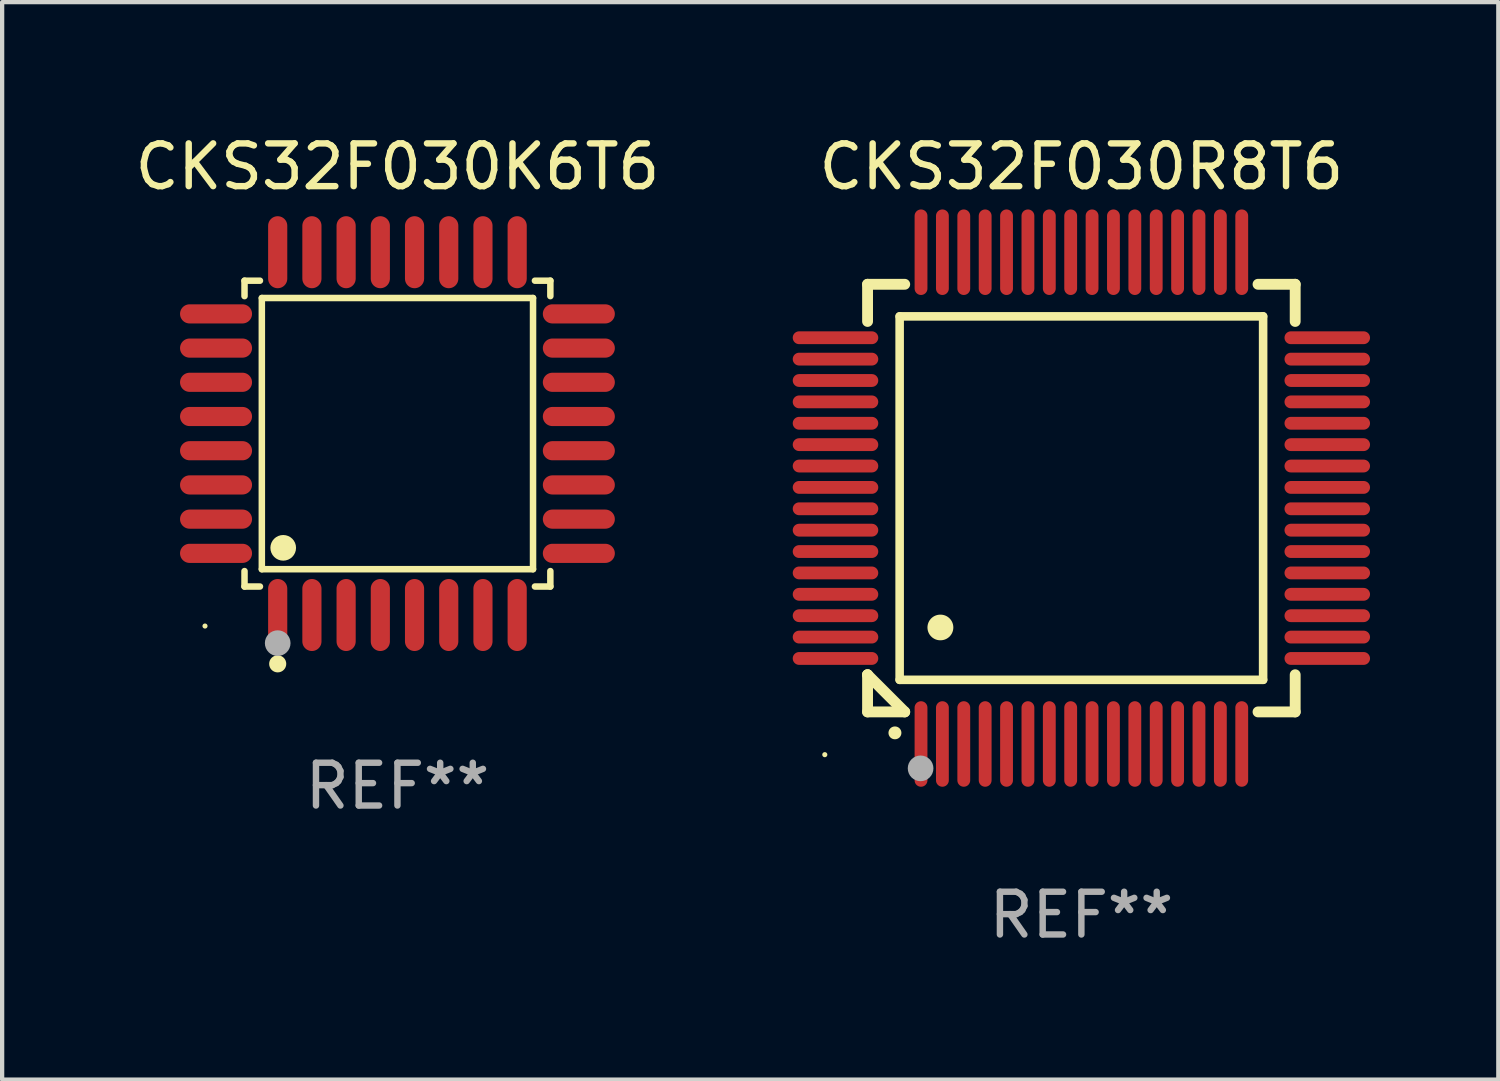
<source format=kicad_pcb>
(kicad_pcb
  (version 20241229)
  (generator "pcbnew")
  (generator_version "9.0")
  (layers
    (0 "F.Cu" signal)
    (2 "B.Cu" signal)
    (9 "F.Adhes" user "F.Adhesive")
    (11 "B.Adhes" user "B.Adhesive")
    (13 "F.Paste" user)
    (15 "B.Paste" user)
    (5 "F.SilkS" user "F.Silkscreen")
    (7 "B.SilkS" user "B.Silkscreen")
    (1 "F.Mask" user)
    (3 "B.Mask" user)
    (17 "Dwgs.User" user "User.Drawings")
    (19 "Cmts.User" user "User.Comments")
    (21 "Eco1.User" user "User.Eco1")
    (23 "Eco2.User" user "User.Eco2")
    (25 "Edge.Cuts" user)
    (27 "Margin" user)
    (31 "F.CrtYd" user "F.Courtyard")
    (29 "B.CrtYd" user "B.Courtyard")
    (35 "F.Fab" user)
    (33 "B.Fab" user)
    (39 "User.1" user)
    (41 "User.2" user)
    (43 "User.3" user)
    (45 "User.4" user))
  (footprint "CKS32F030R8T6"
    (layer "F.Cu")
    (at 22.238 8.598)
    (property "Reference" "CKS32F030R8T6" (at 0 -7.75 0) (layer "F.SilkS") (effects (font (size 1 1) (thickness 0.15))))
    (attr through_hole)
    (fp_line (start -5 -5) (end -4.131 -5) (stroke (width 0.254) (type solid)) (layer "F.SilkS"))
    (fp_line (start -5 -4.131) (end -5 -5) (stroke (width 0.254) (type solid)) (layer "F.SilkS"))
    (fp_line (start -5 4.131) (end -5 4.131) (stroke (width 0.254) (type solid)) (layer "F.SilkS"))
    (fp_line (start -5 5) (end -5 4.131) (stroke (width 0.254) (type solid)) (layer "F.SilkS"))
    (fp_line (start -5 4.131) (end -4.131 5) (stroke (width 0.254) (type solid)) (layer "F.SilkS"))
    (fp_line (start -4.25 -4.25) (end -4.25 4.25) (stroke (width 0.2) (type solid)) (layer "F.SilkS"))
    (fp_line (start -4.25 4.25) (end 4.25 4.25) (stroke (width 0.2) (type solid)) (layer "F.SilkS"))
    (fp_line (start -4.131 5) (end -5 5) (stroke (width 0.254) (type solid)) (layer "F.SilkS"))
    (fp_line (start 4.25 -4.25) (end -4.25 -4.25) (stroke (width 0.2) (type solid)) (layer "F.SilkS"))
    (fp_line (start 4.25 4.25) (end 4.25 -4.25) (stroke (width 0.2) (type solid)) (layer "F.SilkS"))
    (fp_line (start 5 -5) (end 4.131 -5) (stroke (width 0.254) (type solid)) (layer "F.SilkS"))
    (fp_line (start 5 -5) (end 5 -4.131) (stroke (width 0.254) (type solid)) (layer "F.SilkS"))
    (fp_line (start 5 4.131) (end 5 5) (stroke (width 0.254) (type solid)) (layer "F.SilkS"))
    (fp_line (start 5 5) (end 4.131 5) (stroke (width 0.254) (type solid)) (layer "F.SilkS"))
    (fp_arc (start -4.361265 5.489992) (mid -4.359995 5.489987) (end -4.358725 5.489992) (stroke (width 0.3) (type solid)) (layer "F.SilkS"))
    (fp_arc (start -3.299467 3.025146) (mid -3.296927 3.025135) (end -3.294387 3.025146) (stroke (width 0.6) (type solid)) (layer "F.SilkS"))
    (fp_circle (center -6 6) (end -5.97 6) (stroke (width 0.06) (type solid)) (fill no) (layer "F.SilkS"))
    (fp_circle (center -3.76 6.32) (end -3.61 6.32) (stroke (width 0.3) (type solid)) (fill no) (layer "F.Fab"))
    (fp_text user "REF**" (at 0 9.75 0) (layer "F.Fab") (effects (font (size 1 1) (thickness 0.15))))
    (pad "1" smd oval (at -3.75 5.75) (size 0.3 2) (layers "F.Cu" "F.Mask" "F.Paste"))
    (pad "2" smd oval (at -3.25 5.75) (size 0.3 2) (layers "F.Cu" "F.Mask" "F.Paste"))
    (pad "3" smd oval (at -2.75 5.75) (size 0.3 2) (layers "F.Cu" "F.Mask" "F.Paste"))
    (pad "4" smd oval (at -2.25 5.75) (size 0.3 2) (layers "F.Cu" "F.Mask" "F.Paste"))
    (pad "5" smd oval (at -1.75 5.75) (size 0.3 2) (layers "F.Cu" "F.Mask" "F.Paste"))
    (pad "6" smd oval (at -1.25 5.75) (size 0.3 2) (layers "F.Cu" "F.Mask" "F.Paste"))
    (pad "7" smd oval (at -0.75 5.75) (size 0.3 2) (layers "F.Cu" "F.Mask" "F.Paste"))
    (pad "8" smd oval (at -0.25 5.75) (size 0.3 2) (layers "F.Cu" "F.Mask" "F.Paste"))
    (pad "9" smd oval (at 0.25 5.75) (size 0.3 2) (layers "F.Cu" "F.Mask" "F.Paste"))
    (pad "10" smd oval (at 0.75 5.75) (size 0.3 2) (layers "F.Cu" "F.Mask" "F.Paste"))
    (pad "11" smd oval (at 1.25 5.75) (size 0.3 2) (layers "F.Cu" "F.Mask" "F.Paste"))
    (pad "12" smd oval (at 1.75 5.75) (size 0.3 2) (layers "F.Cu" "F.Mask" "F.Paste"))
    (pad "13" smd oval (at 2.25 5.75) (size 0.3 2) (layers "F.Cu" "F.Mask" "F.Paste"))
    (pad "14" smd oval (at 2.75 5.75) (size 0.3 2) (layers "F.Cu" "F.Mask" "F.Paste"))
    (pad "15" smd oval (at 3.25 5.75) (size 0.3 2) (layers "F.Cu" "F.Mask" "F.Paste"))
    (pad "16" smd oval (at 3.75 5.75) (size 0.3 2) (layers "F.Cu" "F.Mask" "F.Paste"))
    (pad "17" smd oval (at 5.75 3.75) (size 2 0.3) (layers "F.Cu" "F.Mask" "F.Paste"))
    (pad "18" smd oval (at 5.75 3.25) (size 2 0.3) (layers "F.Cu" "F.Mask" "F.Paste"))
    (pad "19" smd oval (at 5.75 2.75) (size 2 0.3) (layers "F.Cu" "F.Mask" "F.Paste"))
    (pad "20" smd oval (at 5.75 2.25) (size 2 0.3) (layers "F.Cu" "F.Mask" "F.Paste"))
    (pad "21" smd oval (at 5.75 1.75) (size 2 0.3) (layers "F.Cu" "F.Mask" "F.Paste"))
    (pad "22" smd oval (at 5.75 1.25) (size 2 0.3) (layers "F.Cu" "F.Mask" "F.Paste"))
    (pad "23" smd oval (at 5.75 0.75) (size 2 0.3) (layers "F.Cu" "F.Mask" "F.Paste"))
    (pad "24" smd oval (at 5.75 0.25) (size 2 0.3) (layers "F.Cu" "F.Mask" "F.Paste"))
    (pad "25" smd oval (at 5.75 -0.25) (size 2 0.3) (layers "F.Cu" "F.Mask" "F.Paste"))
    (pad "26" smd oval (at 5.75 -0.75) (size 2 0.3) (layers "F.Cu" "F.Mask" "F.Paste"))
    (pad "27" smd oval (at 5.75 -1.25) (size 2 0.3) (layers "F.Cu" "F.Mask" "F.Paste"))
    (pad "28" smd oval (at 5.75 -1.75) (size 2 0.3) (layers "F.Cu" "F.Mask" "F.Paste"))
    (pad "29" smd oval (at 5.75 -2.25) (size 2 0.3) (layers "F.Cu" "F.Mask" "F.Paste"))
    (pad "30" smd oval (at 5.75 -2.75) (size 2 0.3) (layers "F.Cu" "F.Mask" "F.Paste"))
    (pad "31" smd oval (at 5.75 -3.25) (size 2 0.3) (layers "F.Cu" "F.Mask" "F.Paste"))
    (pad "32" smd oval (at 5.75 -3.75) (size 2 0.3) (layers "F.Cu" "F.Mask" "F.Paste"))
    (pad "33" smd oval (at 3.75 -5.75) (size 0.3 2) (layers "F.Cu" "F.Mask" "F.Paste"))
    (pad "34" smd oval (at 3.25 -5.75) (size 0.3 2) (layers "F.Cu" "F.Mask" "F.Paste"))
    (pad "35" smd oval (at 2.75 -5.75) (size 0.3 2) (layers "F.Cu" "F.Mask" "F.Paste"))
    (pad "36" smd oval (at 2.25 -5.75) (size 0.3 2) (layers "F.Cu" "F.Mask" "F.Paste"))
    (pad "37" smd oval (at 1.75 -5.75) (size 0.3 2) (layers "F.Cu" "F.Mask" "F.Paste"))
    (pad "38" smd oval (at 1.25 -5.75) (size 0.3 2) (layers "F.Cu" "F.Mask" "F.Paste"))
    (pad "39" smd oval (at 0.75 -5.75) (size 0.3 2) (layers "F.Cu" "F.Mask" "F.Paste"))
    (pad "40" smd oval (at 0.25 -5.75) (size 0.3 2) (layers "F.Cu" "F.Mask" "F.Paste"))
    (pad "41" smd oval (at -0.25 -5.75) (size 0.3 2) (layers "F.Cu" "F.Mask" "F.Paste"))
    (pad "42" smd oval (at -0.75 -5.75) (size 0.3 2) (layers "F.Cu" "F.Mask" "F.Paste"))
    (pad "43" smd oval (at -1.25 -5.75) (size 0.3 2) (layers "F.Cu" "F.Mask" "F.Paste"))
    (pad "44" smd oval (at -1.75 -5.75) (size 0.3 2) (layers "F.Cu" "F.Mask" "F.Paste"))
    (pad "45" smd oval (at -2.25 -5.75) (size 0.3 2) (layers "F.Cu" "F.Mask" "F.Paste"))
    (pad "46" smd oval (at -2.75 -5.75) (size 0.3 2) (layers "F.Cu" "F.Mask" "F.Paste"))
    (pad "47" smd oval (at -3.25 -5.75) (size 0.3 2) (layers "F.Cu" "F.Mask" "F.Paste"))
    (pad "48" smd oval (at -3.75 -5.75) (size 0.3 2) (layers "F.Cu" "F.Mask" "F.Paste"))
    (pad "49" smd oval (at -5.75 -3.75) (size 2 0.3) (layers "F.Cu" "F.Mask" "F.Paste"))
    (pad "50" smd oval (at -5.75 -3.25) (size 2 0.3) (layers "F.Cu" "F.Mask" "F.Paste"))
    (pad "51" smd oval (at -5.75 -2.75) (size 2 0.3) (layers "F.Cu" "F.Mask" "F.Paste"))
    (pad "52" smd oval (at -5.75 -2.25) (size 2 0.3) (layers "F.Cu" "F.Mask" "F.Paste"))
    (pad "53" smd oval (at -5.75 -1.75) (size 2 0.3) (layers "F.Cu" "F.Mask" "F.Paste"))
    (pad "54" smd oval (at -5.75 -1.25) (size 2 0.3) (layers "F.Cu" "F.Mask" "F.Paste"))
    (pad "55" smd oval (at -5.75 -0.75) (size 2 0.3) (layers "F.Cu" "F.Mask" "F.Paste"))
    (pad "56" smd oval (at -5.75 -0.25) (size 2 0.3) (layers "F.Cu" "F.Mask" "F.Paste"))
    (pad "57" smd oval (at -5.75 0.25) (size 2 0.3) (layers "F.Cu" "F.Mask" "F.Paste"))
    (pad "58" smd oval (at -5.75 0.75) (size 2 0.3) (layers "F.Cu" "F.Mask" "F.Paste"))
    (pad "59" smd oval (at -5.75 1.25) (size 2 0.3) (layers "F.Cu" "F.Mask" "F.Paste"))
    (pad "60" smd oval (at -5.75 1.75) (size 2 0.3) (layers "F.Cu" "F.Mask" "F.Paste"))
    (pad "61" smd oval (at -5.75 2.25) (size 2 0.3) (layers "F.Cu" "F.Mask" "F.Paste"))
    (pad "62" smd oval (at -5.75 2.75) (size 2 0.3) (layers "F.Cu" "F.Mask" "F.Paste"))
    (pad "63" smd oval (at -5.75 3.25) (size 2 0.3) (layers "F.Cu" "F.Mask" "F.Paste"))
    (pad "64" smd oval (at -5.75 3.75) (size 2 0.3) (layers "F.Cu" "F.Mask" "F.Paste")))
  (footprint "CKS32F030K6T6"
    (layer "F.Cu")
    (at 6.244 7.09)
    (property "Reference" "CKS32F030K6T6" (at 0 -6.242 0) (layer "F.SilkS") (effects (font (size 1 1) (thickness 0.15))))
    (attr through_hole)
    (fp_line (start -3.576 -3.576) (end -3.215 -3.576) (stroke (width 0.152) (type solid)) (layer "F.SilkS"))
    (fp_line (start -3.576 -3.215) (end -3.576 -3.576) (stroke (width 0.152) (type solid)) (layer "F.SilkS"))
    (fp_line (start -3.576 3.215) (end -3.576 3.576) (stroke (width 0.152) (type solid)) (layer "F.SilkS"))
    (fp_line (start -3.576 3.576) (end -3.215 3.576) (stroke (width 0.152) (type solid)) (layer "F.SilkS"))
    (fp_line (start -3.171 -3.171) (end 3.171 -3.171) (stroke (width 0.152) (type solid)) (layer "F.SilkS"))
    (fp_line (start -3.171 3.171) (end -3.171 -3.171) (stroke (width 0.152) (type solid)) (layer "F.SilkS"))
    (fp_line (start 3.171 -3.171) (end 3.171 3.171) (stroke (width 0.152) (type solid)) (layer "F.SilkS"))
    (fp_line (start 3.171 3.171) (end -3.171 3.171) (stroke (width 0.152) (type solid)) (layer "F.SilkS"))
    (fp_line (start 3.576 -3.576) (end 3.215 -3.576) (stroke (width 0.152) (type solid)) (layer "F.SilkS"))
    (fp_line (start 3.576 -3.215) (end 3.576 -3.576) (stroke (width 0.152) (type solid)) (layer "F.SilkS"))
    (fp_line (start 3.576 3.215) (end 3.576 3.576) (stroke (width 0.152) (type solid)) (layer "F.SilkS"))
    (fp_line (start 3.576 3.576) (end 3.215 3.576) (stroke (width 0.152) (type solid)) (layer "F.SilkS"))
    (fp_circle (center -4.5 4.5) (end -4.47 4.5) (stroke (width 0.06) (type solid)) (fill no) (layer "F.SilkS"))
    (fp_circle (center -2.8 5.384) (end -2.7 5.384) (stroke (width 0.2) (type solid)) (fill no) (layer "F.SilkS"))
    (fp_circle (center -2.671 2.671) (end -2.521 2.671) (stroke (width 0.3) (type solid)) (fill no) (layer "F.SilkS"))
    (fp_circle (center -2.8 4.9) (end -2.65 4.9) (stroke (width 0.3) (type solid)) (fill no) (layer "F.Fab"))
    (fp_text user "REF**" (at 0 8.242 0) (layer "F.Fab") (effects (font (size 1 1) (thickness 0.15))))
    (pad "1" smd oval (at -2.8 4.242) (size 0.448 1.684) (layers "F.Cu" "F.Mask" "F.Paste"))
    (pad "2" smd oval (at -2 4.242) (size 0.448 1.684) (layers "F.Cu" "F.Mask" "F.Paste"))
    (pad "3" smd oval (at -1.2 4.242) (size 0.448 1.684) (layers "F.Cu" "F.Mask" "F.Paste"))
    (pad "4" smd oval (at -0.4 4.242) (size 0.448 1.684) (layers "F.Cu" "F.Mask" "F.Paste"))
    (pad "5" smd oval (at 0.4 4.242) (size 0.448 1.684) (layers "F.Cu" "F.Mask" "F.Paste"))
    (pad "6" smd oval (at 1.2 4.242) (size 0.448 1.684) (layers "F.Cu" "F.Mask" "F.Paste"))
    (pad "7" smd oval (at 2 4.242) (size 0.448 1.684) (layers "F.Cu" "F.Mask" "F.Paste"))
    (pad "8" smd oval (at 2.8 4.242) (size 0.448 1.684) (layers "F.Cu" "F.Mask" "F.Paste"))
    (pad "9" smd oval (at 4.242 2.8) (size 1.684 0.448) (layers "F.Cu" "F.Mask" "F.Paste"))
    (pad "10" smd oval (at 4.242 2) (size 1.684 0.448) (layers "F.Cu" "F.Mask" "F.Paste"))
    (pad "11" smd oval (at 4.242 1.2) (size 1.684 0.448) (layers "F.Cu" "F.Mask" "F.Paste"))
    (pad "12" smd oval (at 4.242 0.4) (size 1.684 0.448) (layers "F.Cu" "F.Mask" "F.Paste"))
    (pad "13" smd oval (at 4.242 -0.4) (size 1.684 0.448) (layers "F.Cu" "F.Mask" "F.Paste"))
    (pad "14" smd oval (at 4.242 -1.2) (size 1.684 0.448) (layers "F.Cu" "F.Mask" "F.Paste"))
    (pad "15" smd oval (at 4.242 -2) (size 1.684 0.448) (layers "F.Cu" "F.Mask" "F.Paste"))
    (pad "16" smd oval (at 4.242 -2.8) (size 1.684 0.448) (layers "F.Cu" "F.Mask" "F.Paste"))
    (pad "17" smd oval (at 2.8 -4.242) (size 0.448 1.684) (layers "F.Cu" "F.Mask" "F.Paste"))
    (pad "18" smd oval (at 2 -4.242) (size 0.448 1.684) (layers "F.Cu" "F.Mask" "F.Paste"))
    (pad "19" smd oval (at 1.2 -4.242) (size 0.448 1.684) (layers "F.Cu" "F.Mask" "F.Paste"))
    (pad "20" smd oval (at 0.4 -4.242) (size 0.448 1.684) (layers "F.Cu" "F.Mask" "F.Paste"))
    (pad "21" smd oval (at -0.4 -4.242) (size 0.448 1.684) (layers "F.Cu" "F.Mask" "F.Paste"))
    (pad "22" smd oval (at -1.2 -4.242) (size 0.448 1.684) (layers "F.Cu" "F.Mask" "F.Paste"))
    (pad "23" smd oval (at -2 -4.242) (size 0.448 1.684) (layers "F.Cu" "F.Mask" "F.Paste"))
    (pad "24" smd oval (at -2.8 -4.242) (size 0.448 1.684) (layers "F.Cu" "F.Mask" "F.Paste"))
    (pad "25" smd oval (at -4.242 -2.8) (size 1.684 0.448) (layers "F.Cu" "F.Mask" "F.Paste"))
    (pad "26" smd oval (at -4.242 -2) (size 1.684 0.448) (layers "F.Cu" "F.Mask" "F.Paste"))
    (pad "27" smd oval (at -4.242 -1.2) (size 1.684 0.448) (layers "F.Cu" "F.Mask" "F.Paste"))
    (pad "28" smd oval (at -4.242 -0.4) (size 1.684 0.448) (layers "F.Cu" "F.Mask" "F.Paste"))
    (pad "29" smd oval (at -4.242 0.4) (size 1.684 0.448) (layers "F.Cu" "F.Mask" "F.Paste"))
    (pad "30" smd oval (at -4.242 1.2) (size 1.684 0.448) (layers "F.Cu" "F.Mask" "F.Paste"))
    (pad "31" smd oval (at -4.242 2) (size 1.684 0.448) (layers "F.Cu" "F.Mask" "F.Paste"))
    (pad "32" smd oval (at -4.242 2.8) (size 1.684 0.448) (layers "F.Cu" "F.Mask" "F.Paste")))
  (gr_rect
    (start -3 -3)
    (end 31.988 22.196)
    (stroke (width 0.1) (type default))
    (fill no)
    (layer "Edge.Cuts")))
</source>
